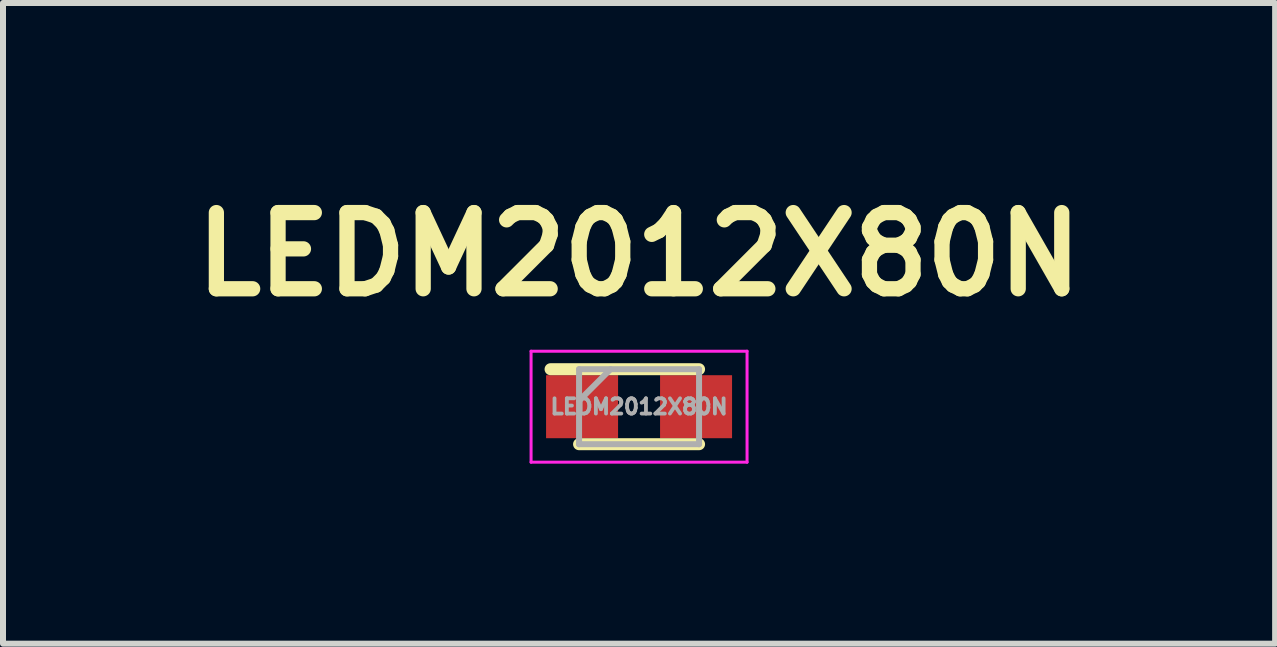
<source format=kicad_pcb>
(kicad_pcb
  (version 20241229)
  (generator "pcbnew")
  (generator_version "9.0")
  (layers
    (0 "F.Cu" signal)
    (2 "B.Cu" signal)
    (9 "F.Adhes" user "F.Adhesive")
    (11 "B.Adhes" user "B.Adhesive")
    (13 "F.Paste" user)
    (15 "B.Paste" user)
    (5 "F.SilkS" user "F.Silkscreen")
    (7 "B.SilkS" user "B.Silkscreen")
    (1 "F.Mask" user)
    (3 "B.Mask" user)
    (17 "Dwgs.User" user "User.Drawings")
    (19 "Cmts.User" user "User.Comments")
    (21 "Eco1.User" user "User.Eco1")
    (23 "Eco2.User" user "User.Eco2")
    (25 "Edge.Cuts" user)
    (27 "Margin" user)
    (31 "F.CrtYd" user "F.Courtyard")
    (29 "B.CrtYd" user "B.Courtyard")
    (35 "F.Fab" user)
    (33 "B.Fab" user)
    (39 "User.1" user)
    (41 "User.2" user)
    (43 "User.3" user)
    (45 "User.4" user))
  (footprint "LEDM2012X80N"
    (layer "F.Cu")
    (at 7.602 3.729)
    (property "Reference" "LEDM2012X80N" (at 0 -2.54 0) (layer "F.SilkS") (effects (font (size 1.27 1.27) (thickness 0.254))))
    (attr smd)
    (fp_line (start -1 0.625) (end 1 0.625) (stroke (width 0.2) (type solid)) (layer "F.SilkS"))
    (fp_line (start 1 -0.625) (end -1.475 -0.625) (stroke (width 0.2) (type solid)) (layer "F.SilkS"))
    (fp_line (start -1.8 -0.925) (end 1.8 -0.925) (stroke (width 0.05) (type solid)) (layer "F.CrtYd"))
    (fp_line (start -1.8 0.925) (end -1.8 -0.925) (stroke (width 0.05) (type solid)) (layer "F.CrtYd"))
    (fp_line (start 1.8 -0.925) (end 1.8 0.925) (stroke (width 0.05) (type solid)) (layer "F.CrtYd"))
    (fp_line (start 1.8 0.925) (end -1.8 0.925) (stroke (width 0.05) (type solid)) (layer "F.CrtYd"))
    (fp_line (start -1 -0.625) (end 1 -0.625) (stroke (width 0.1) (type solid)) (layer "F.Fab"))
    (fp_line (start -1 -0.1) (end -0.475 -0.625) (stroke (width 0.1) (type solid)) (layer "F.Fab"))
    (fp_line (start -1 0.625) (end -1 -0.625) (stroke (width 0.1) (type solid)) (layer "F.Fab"))
    (fp_line (start 1 -0.625) (end 1 0.625) (stroke (width 0.1) (type solid)) (layer "F.Fab"))
    (fp_line (start 1 0.625) (end -1 0.625) (stroke (width 0.1) (type solid)) (layer "F.Fab"))
    (fp_text user "${REFERENCE}" (at 0 0 0) (layer "F.Fab") (effects (font (size 0.254 0.254) (thickness 0.064))))
    (pad "1" smd rect (at -0.95 0 90) (size 1.05 1.2) (layers "F.Cu" "F.Mask" "F.Paste"))
    (pad "2" smd rect (at 0.95 0 90) (size 1.05 1.2) (layers "F.Cu" "F.Mask" "F.Paste")))
  (gr_rect
    (start -3 -3)
    (end 18.204 7.679)
    (stroke (width 0.1) (type default))
    (fill no)
    (layer "Edge.Cuts")))
</source>
